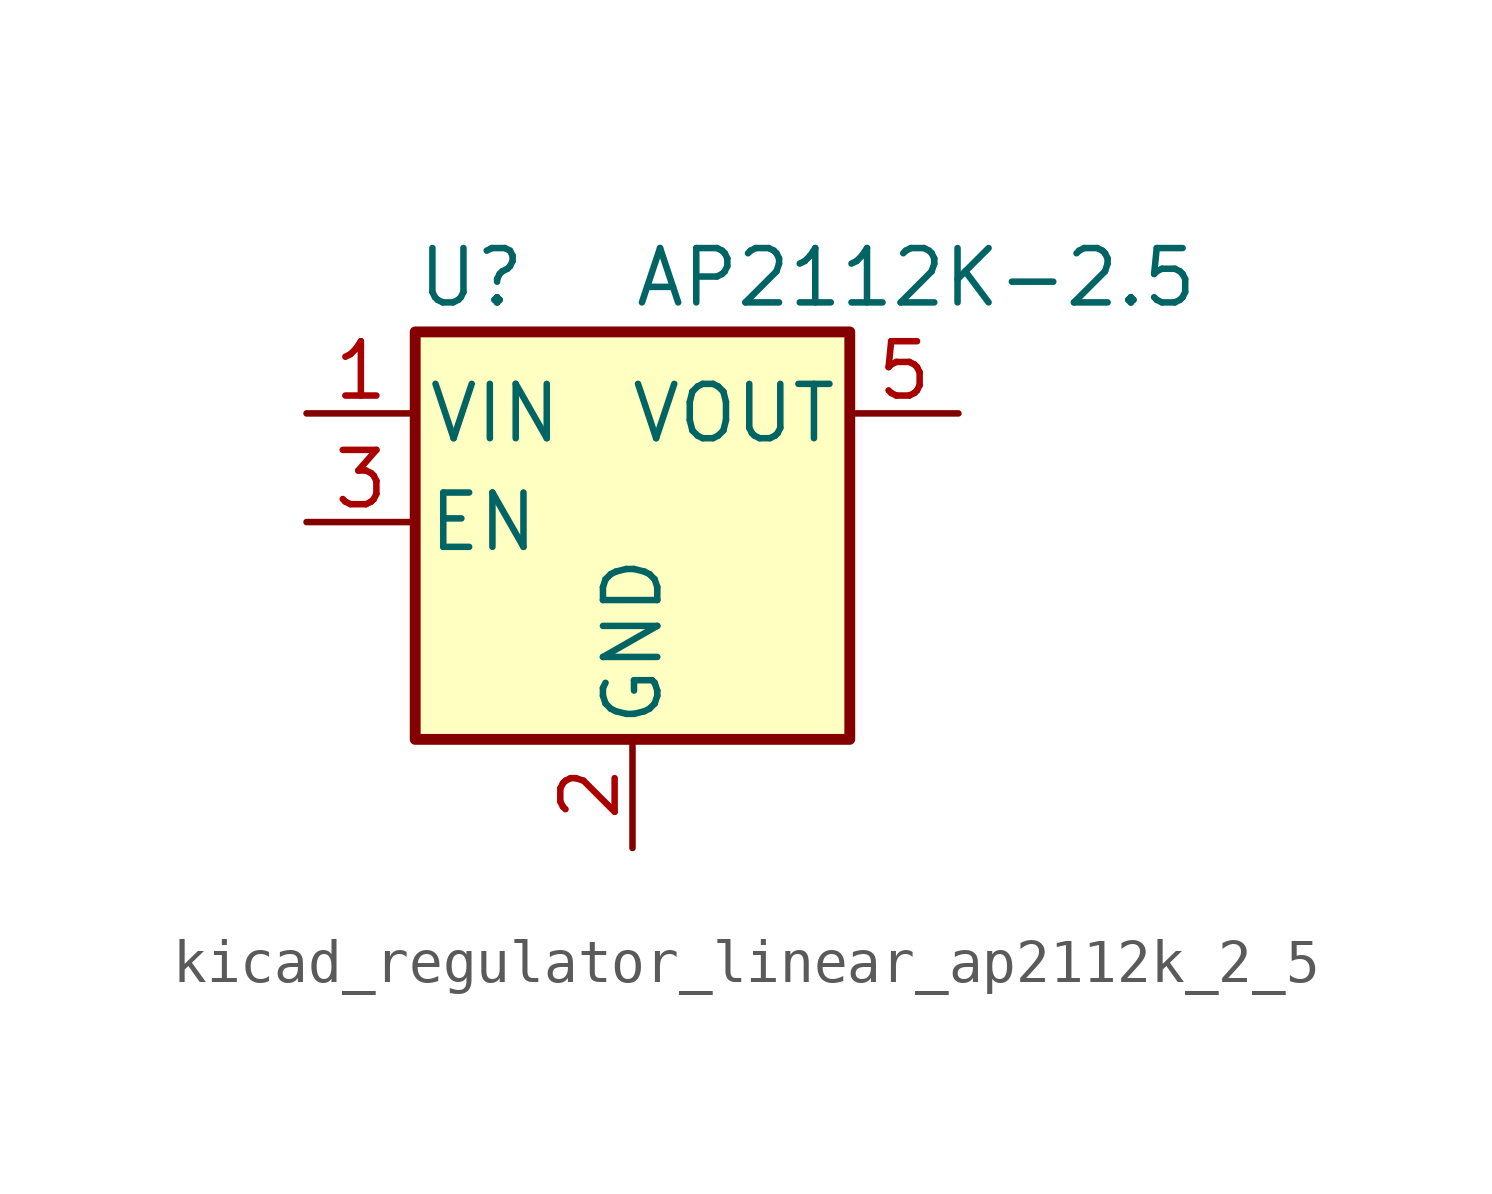
<source format=kicad_sym>
(kicad_symbol_lib
  (version 20220914)
  (generator kicad_symbol_editor)
  (symbol "kicad_regulator_linear_ap2112k_2_5"
    (pin_names
      (offset 0.254))
    (property "Reference" "U"
      (at -5.08 5.715 0)
      (effects (font (size 1.27 1.27)) (justify left)))
    (property "Value" "AP2112K-2.5"
      (at 0 5.715 0)
      (effects (font (size 1.27 1.27)) (justify left)))
    (symbol "kicad_regulator_linear_ap2112k_2_5_0_1"
      (rectangle (start -5.08 4.445) (end 5.08 -5.08) (stroke (width 0.254) (type default)) (fill (type background))))
    (symbol "kicad_regulator_linear_ap2112k_2_5_1_1"
      (pin power_in line (at -7.62 2.54 0) (length 2.54) (name "VIN" (effects (font (size 1.27 1.27)))) (number "1" (effects (font (size 1.27 1.27)))))
      (pin power_in line (at 0 -7.62 90) (length 2.54) (name "GND" (effects (font (size 1.27 1.27)))) (number "2" (effects (font (size 1.27 1.27)))))
      (pin input line (at -7.62 0 0) (length 2.54) (name "EN" (effects (font (size 1.27 1.27)))) (number "3" (effects (font (size 1.27 1.27)))))
      (pin no_connect line (at 5.08 0 180) (length 2.54) hide (name "NC" (effects (font (size 1.27 1.27)))) (number "4" (effects (font (size 1.27 1.27)))))
      (pin power_out line (at 7.62 2.54 180) (length 2.54) (name "VOUT" (effects (font (size 1.27 1.27)))) (number "5" (effects (font (size 1.27 1.27))))))))
</source>
